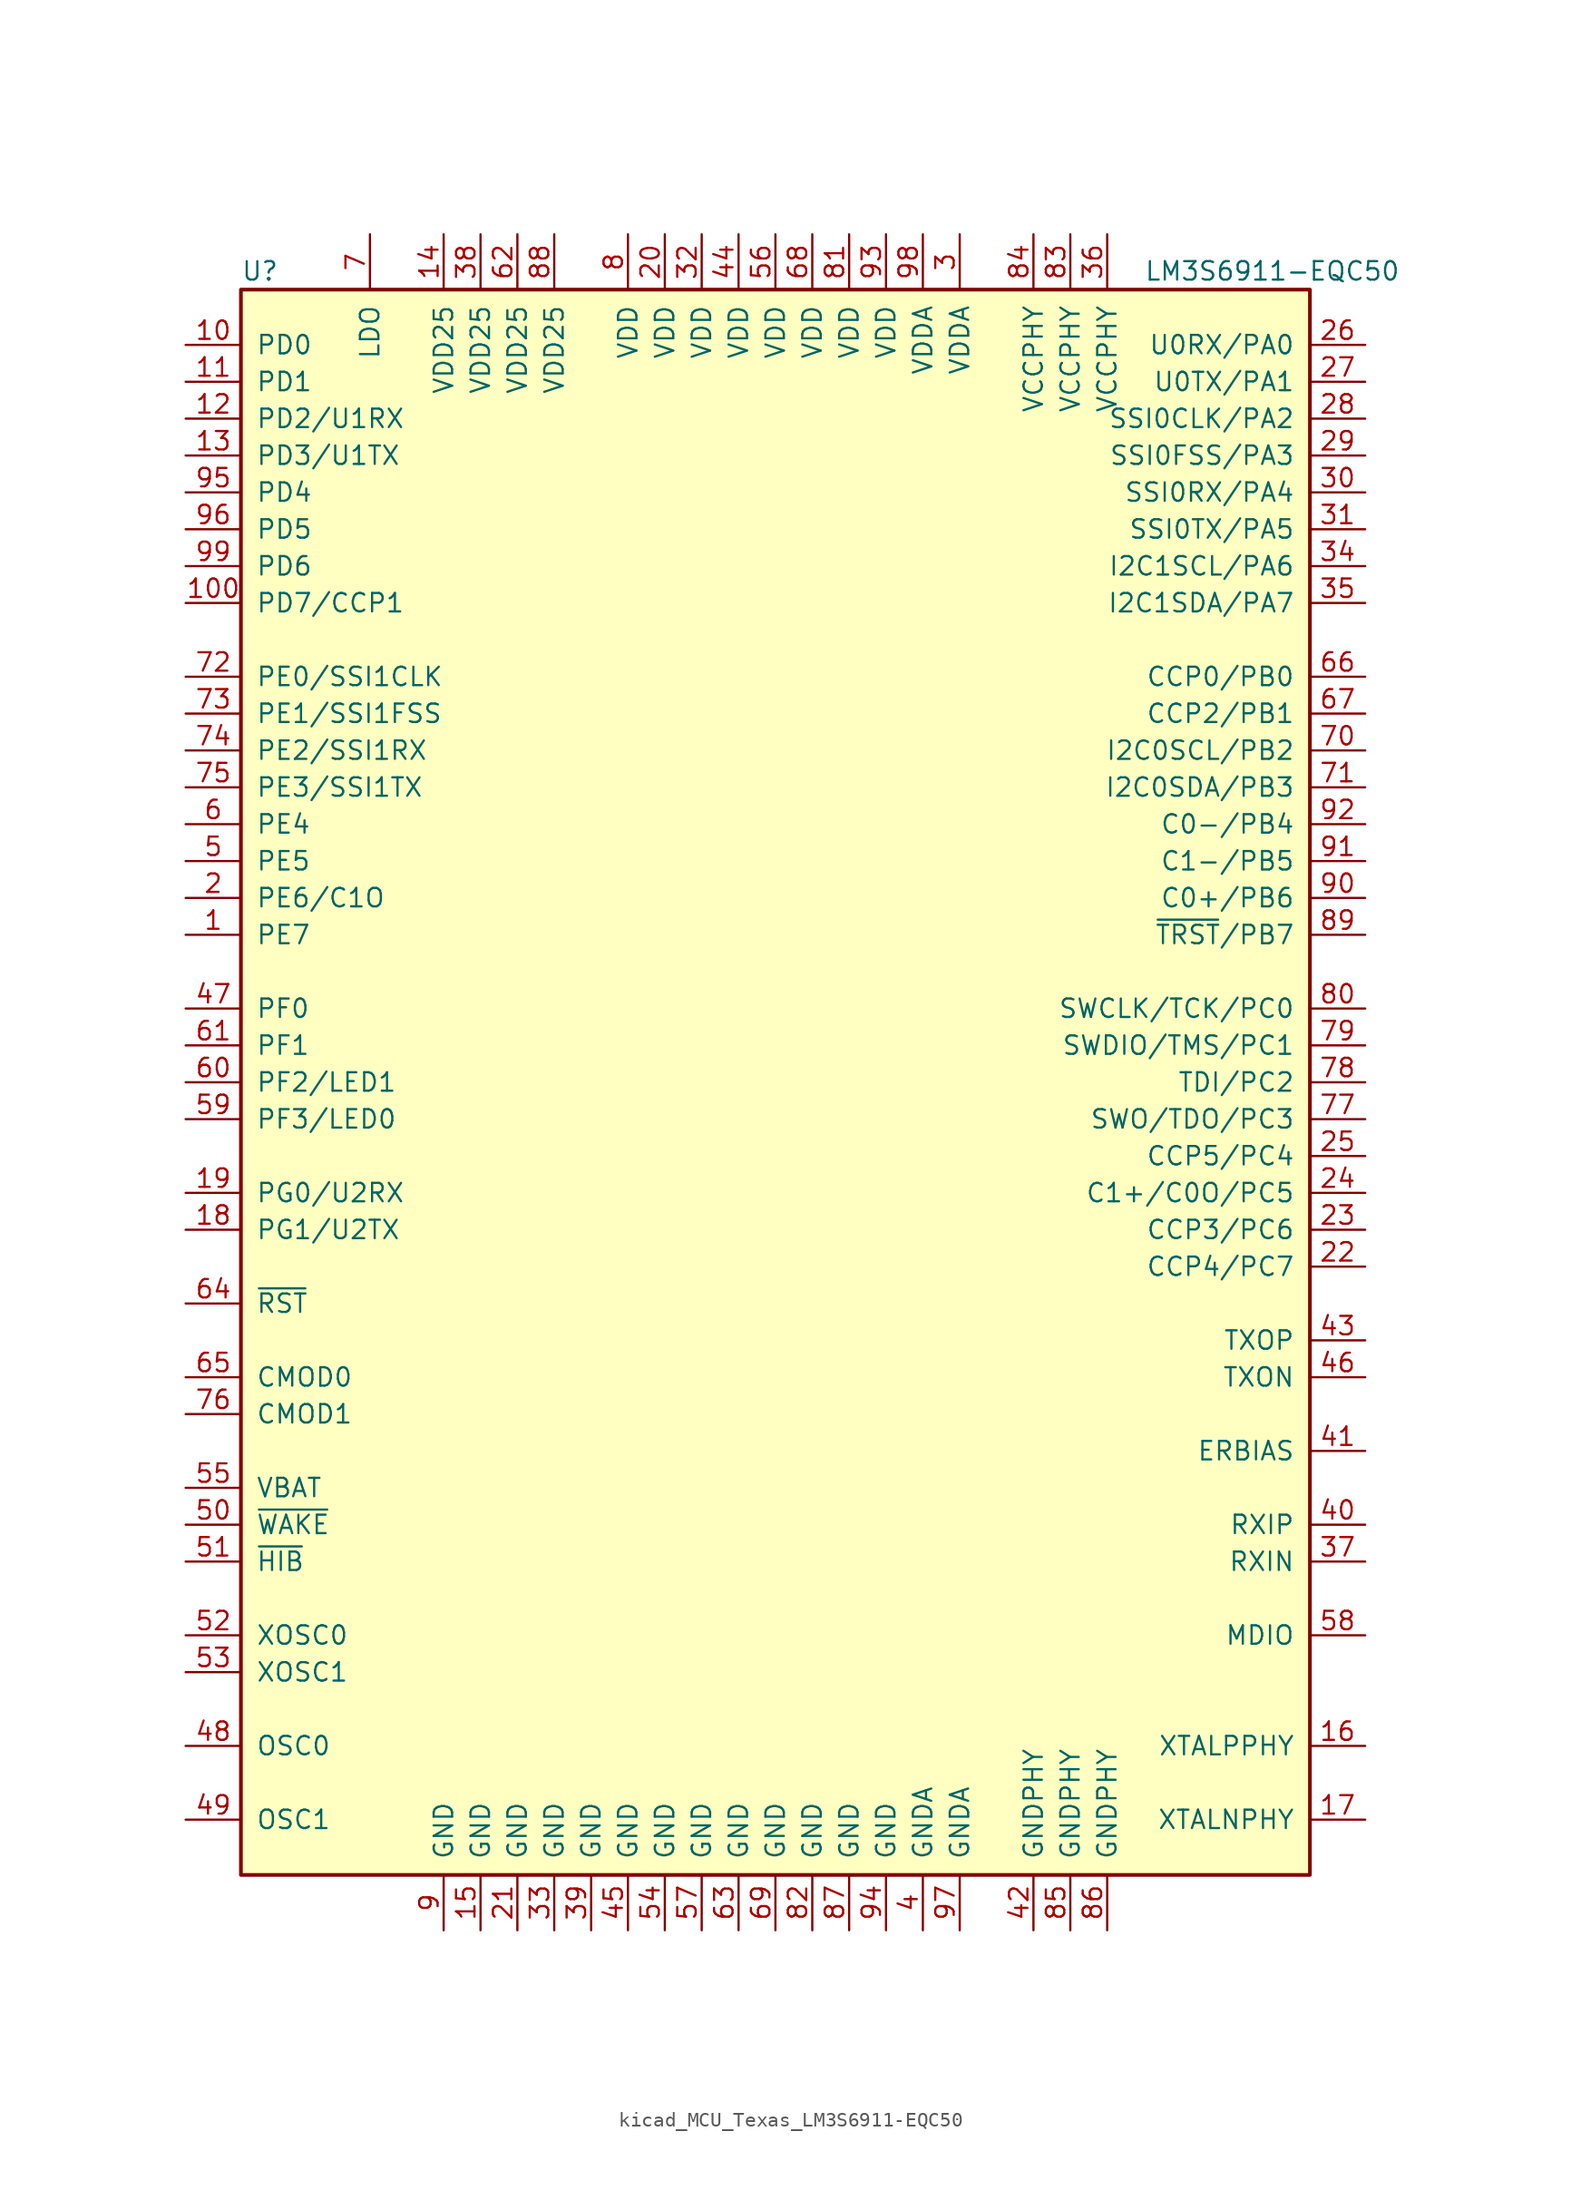
<source format=kicad_sym>
(kicad_symbol_lib
  (version 20220914)
  (generator kicad_symbol_editor)
  (symbol "kicad_MCU_Texas_LM3S6911-EQC50"
    (pin_names
      (offset 1.016))
    (property "Reference" "U"
      (at -36.83 55.88 0)
      (effects (font (size 1.27 1.27)) (justify left)))
    (property "Value" "LM3S6911-EQC50"
      (at 25.4 55.88 0)
      (effects (font (size 1.27 1.27)) (justify left)))
    (symbol "kicad_MCU_Texas_LM3S6911-EQC50_0_1"
      (rectangle (start -36.83 54.61) (end 36.83 -54.61) (stroke (width 0.254) (type default)) (fill (type background))))
    (symbol "kicad_MCU_Texas_LM3S6911-EQC50_1_1"
      (pin bidirectional line (at -40.64 10.16 0) (length 3.81) (name "PE7" (effects (font (size 1.27 1.27)))) (number "1" (effects (font (size 1.27 1.27)))))
      (pin bidirectional line (at -40.64 50.8 0) (length 3.81) (name "PD0" (effects (font (size 1.27 1.27)))) (number "10" (effects (font (size 1.27 1.27)))))
      (pin bidirectional line (at -40.64 33.02 0) (length 3.81) (name "PD7/CCP1" (effects (font (size 1.27 1.27)))) (number "100" (effects (font (size 1.27 1.27)))))
      (pin bidirectional line (at -40.64 48.26 0) (length 3.81) (name "PD1" (effects (font (size 1.27 1.27)))) (number "11" (effects (font (size 1.27 1.27)))))
      (pin bidirectional line (at -40.64 45.72 0) (length 3.81) (name "PD2/U1RX" (effects (font (size 1.27 1.27)))) (number "12" (effects (font (size 1.27 1.27)))))
      (pin bidirectional line (at -40.64 43.18 0) (length 3.81) (name "PD3/U1TX" (effects (font (size 1.27 1.27)))) (number "13" (effects (font (size 1.27 1.27)))))
      (pin power_in line (at -22.86 58.42 270) (length 3.81) (name "VDD25" (effects (font (size 1.27 1.27)))) (number "14" (effects (font (size 1.27 1.27)))))
      (pin power_in line (at -20.32 -58.42 90) (length 3.81) (name "GND" (effects (font (size 1.27 1.27)))) (number "15" (effects (font (size 1.27 1.27)))))
      (pin passive line (at 40.64 -45.72 180) (length 3.81) (name "XTALPPHY" (effects (font (size 1.27 1.27)))) (number "16" (effects (font (size 1.27 1.27)))))
      (pin passive line (at 40.64 -50.8 180) (length 3.81) (name "XTALNPHY" (effects (font (size 1.27 1.27)))) (number "17" (effects (font (size 1.27 1.27)))))
      (pin bidirectional line (at -40.64 -10.16 0) (length 3.81) (name "PG1/U2TX" (effects (font (size 1.27 1.27)))) (number "18" (effects (font (size 1.27 1.27)))))
      (pin bidirectional line (at -40.64 -7.62 0) (length 3.81) (name "PG0/U2RX" (effects (font (size 1.27 1.27)))) (number "19" (effects (font (size 1.27 1.27)))))
      (pin bidirectional line (at -40.64 12.7 0) (length 3.81) (name "PE6/C1O" (effects (font (size 1.27 1.27)))) (number "2" (effects (font (size 1.27 1.27)))))
      (pin power_in line (at -7.62 58.42 270) (length 3.81) (name "VDD" (effects (font (size 1.27 1.27)))) (number "20" (effects (font (size 1.27 1.27)))))
      (pin power_in line (at -17.78 -58.42 90) (length 3.81) (name "GND" (effects (font (size 1.27 1.27)))) (number "21" (effects (font (size 1.27 1.27)))))
      (pin bidirectional line (at 40.64 -12.7 180) (length 3.81) (name "CCP4/PC7" (effects (font (size 1.27 1.27)))) (number "22" (effects (font (size 1.27 1.27)))))
      (pin bidirectional line (at 40.64 -10.16 180) (length 3.81) (name "CCP3/PC6" (effects (font (size 1.27 1.27)))) (number "23" (effects (font (size 1.27 1.27)))))
      (pin bidirectional line (at 40.64 -7.62 180) (length 3.81) (name "C1+/C0O/PC5" (effects (font (size 1.27 1.27)))) (number "24" (effects (font (size 1.27 1.27)))))
      (pin bidirectional line (at 40.64 -5.08 180) (length 3.81) (name "CCP5/PC4" (effects (font (size 1.27 1.27)))) (number "25" (effects (font (size 1.27 1.27)))))
      (pin bidirectional line (at 40.64 50.8 180) (length 3.81) (name "U0RX/PA0" (effects (font (size 1.27 1.27)))) (number "26" (effects (font (size 1.27 1.27)))))
      (pin bidirectional line (at 40.64 48.26 180) (length 3.81) (name "U0TX/PA1" (effects (font (size 1.27 1.27)))) (number "27" (effects (font (size 1.27 1.27)))))
      (pin bidirectional line (at 40.64 45.72 180) (length 3.81) (name "SSI0CLK/PA2" (effects (font (size 1.27 1.27)))) (number "28" (effects (font (size 1.27 1.27)))))
      (pin bidirectional line (at 40.64 43.18 180) (length 3.81) (name "SSI0FSS/PA3" (effects (font (size 1.27 1.27)))) (number "29" (effects (font (size 1.27 1.27)))))
      (pin power_in line (at 12.7 58.42 270) (length 3.81) (name "VDDA" (effects (font (size 1.27 1.27)))) (number "3" (effects (font (size 1.27 1.27)))))
      (pin bidirectional line (at 40.64 40.64 180) (length 3.81) (name "SSI0RX/PA4" (effects (font (size 1.27 1.27)))) (number "30" (effects (font (size 1.27 1.27)))))
      (pin bidirectional line (at 40.64 38.1 180) (length 3.81) (name "SSI0TX/PA5" (effects (font (size 1.27 1.27)))) (number "31" (effects (font (size 1.27 1.27)))))
      (pin power_in line (at -5.08 58.42 270) (length 3.81) (name "VDD" (effects (font (size 1.27 1.27)))) (number "32" (effects (font (size 1.27 1.27)))))
      (pin power_in line (at -15.24 -58.42 90) (length 3.81) (name "GND" (effects (font (size 1.27 1.27)))) (number "33" (effects (font (size 1.27 1.27)))))
      (pin bidirectional line (at 40.64 35.56 180) (length 3.81) (name "I2C1SCL/PA6" (effects (font (size 1.27 1.27)))) (number "34" (effects (font (size 1.27 1.27)))))
      (pin bidirectional line (at 40.64 33.02 180) (length 3.81) (name "I2C1SDA/PA7" (effects (font (size 1.27 1.27)))) (number "35" (effects (font (size 1.27 1.27)))))
      (pin power_in line (at 22.86 58.42 270) (length 3.81) (name "VCCPHY" (effects (font (size 1.27 1.27)))) (number "36" (effects (font (size 1.27 1.27)))))
      (pin passive line (at 40.64 -33.02 180) (length 3.81) (name "RXIN" (effects (font (size 1.27 1.27)))) (number "37" (effects (font (size 1.27 1.27)))))
      (pin power_in line (at -20.32 58.42 270) (length 3.81) (name "VDD25" (effects (font (size 1.27 1.27)))) (number "38" (effects (font (size 1.27 1.27)))))
      (pin power_in line (at -12.7 -58.42 90) (length 3.81) (name "GND" (effects (font (size 1.27 1.27)))) (number "39" (effects (font (size 1.27 1.27)))))
      (pin power_in line (at 10.16 -58.42 90) (length 3.81) (name "GNDA" (effects (font (size 1.27 1.27)))) (number "4" (effects (font (size 1.27 1.27)))))
      (pin passive line (at 40.64 -30.48 180) (length 3.81) (name "RXIP" (effects (font (size 1.27 1.27)))) (number "40" (effects (font (size 1.27 1.27)))))
      (pin passive line (at 40.64 -25.4 180) (length 3.81) (name "ERBIAS" (effects (font (size 1.27 1.27)))) (number "41" (effects (font (size 1.27 1.27)))))
      (pin power_in line (at 17.78 -58.42 90) (length 3.81) (name "GNDPHY" (effects (font (size 1.27 1.27)))) (number "42" (effects (font (size 1.27 1.27)))))
      (pin passive line (at 40.64 -17.78 180) (length 3.81) (name "TXOP" (effects (font (size 1.27 1.27)))) (number "43" (effects (font (size 1.27 1.27)))))
      (pin power_in line (at -2.54 58.42 270) (length 3.81) (name "VDD" (effects (font (size 1.27 1.27)))) (number "44" (effects (font (size 1.27 1.27)))))
      (pin power_in line (at -10.16 -58.42 90) (length 3.81) (name "GND" (effects (font (size 1.27 1.27)))) (number "45" (effects (font (size 1.27 1.27)))))
      (pin passive line (at 40.64 -20.32 180) (length 3.81) (name "TXON" (effects (font (size 1.27 1.27)))) (number "46" (effects (font (size 1.27 1.27)))))
      (pin bidirectional line (at -40.64 5.08 0) (length 3.81) (name "PF0" (effects (font (size 1.27 1.27)))) (number "47" (effects (font (size 1.27 1.27)))))
      (pin passive line (at -40.64 -45.72 0) (length 3.81) (name "OSC0" (effects (font (size 1.27 1.27)))) (number "48" (effects (font (size 1.27 1.27)))))
      (pin passive line (at -40.64 -50.8 0) (length 3.81) (name "OSC1" (effects (font (size 1.27 1.27)))) (number "49" (effects (font (size 1.27 1.27)))))
      (pin bidirectional line (at -40.64 15.24 0) (length 3.81) (name "PE5" (effects (font (size 1.27 1.27)))) (number "5" (effects (font (size 1.27 1.27)))))
      (pin input line (at -40.64 -30.48 0) (length 3.81) (name "~{WAKE}" (effects (font (size 1.27 1.27)))) (number "50" (effects (font (size 1.27 1.27)))))
      (pin open_collector line (at -40.64 -33.02 0) (length 3.81) (name "~{HIB}" (effects (font (size 1.27 1.27)))) (number "51" (effects (font (size 1.27 1.27)))))
      (pin passive line (at -40.64 -38.1 0) (length 3.81) (name "XOSC0" (effects (font (size 1.27 1.27)))) (number "52" (effects (font (size 1.27 1.27)))))
      (pin passive line (at -40.64 -40.64 0) (length 3.81) (name "XOSC1" (effects (font (size 1.27 1.27)))) (number "53" (effects (font (size 1.27 1.27)))))
      (pin power_in line (at -7.62 -58.42 90) (length 3.81) (name "GND" (effects (font (size 1.27 1.27)))) (number "54" (effects (font (size 1.27 1.27)))))
      (pin passive line (at -40.64 -27.94 0) (length 3.81) (name "VBAT" (effects (font (size 1.27 1.27)))) (number "55" (effects (font (size 1.27 1.27)))))
      (pin power_in line (at 0 58.42 270) (length 3.81) (name "VDD" (effects (font (size 1.27 1.27)))) (number "56" (effects (font (size 1.27 1.27)))))
      (pin power_in line (at -5.08 -58.42 90) (length 3.81) (name "GND" (effects (font (size 1.27 1.27)))) (number "57" (effects (font (size 1.27 1.27)))))
      (pin input line (at 40.64 -38.1 180) (length 3.81) (name "MDIO" (effects (font (size 1.27 1.27)))) (number "58" (effects (font (size 1.27 1.27)))))
      (pin bidirectional line (at -40.64 -2.54 0) (length 3.81) (name "PF3/LED0" (effects (font (size 1.27 1.27)))) (number "59" (effects (font (size 1.27 1.27)))))
      (pin bidirectional line (at -40.64 17.78 0) (length 3.81) (name "PE4" (effects (font (size 1.27 1.27)))) (number "6" (effects (font (size 1.27 1.27)))))
      (pin bidirectional line (at -40.64 0 0) (length 3.81) (name "PF2/LED1" (effects (font (size 1.27 1.27)))) (number "60" (effects (font (size 1.27 1.27)))))
      (pin bidirectional line (at -40.64 2.54 0) (length 3.81) (name "PF1" (effects (font (size 1.27 1.27)))) (number "61" (effects (font (size 1.27 1.27)))))
      (pin power_in line (at -17.78 58.42 270) (length 3.81) (name "VDD25" (effects (font (size 1.27 1.27)))) (number "62" (effects (font (size 1.27 1.27)))))
      (pin power_in line (at -2.54 -58.42 90) (length 3.81) (name "GND" (effects (font (size 1.27 1.27)))) (number "63" (effects (font (size 1.27 1.27)))))
      (pin input line (at -40.64 -15.24 0) (length 3.81) (name "~{RST}" (effects (font (size 1.27 1.27)))) (number "64" (effects (font (size 1.27 1.27)))))
      (pin input line (at -40.64 -20.32 0) (length 3.81) (name "CMOD0" (effects (font (size 1.27 1.27)))) (number "65" (effects (font (size 1.27 1.27)))))
      (pin bidirectional line (at 40.64 27.94 180) (length 3.81) (name "CCP0/PB0" (effects (font (size 1.27 1.27)))) (number "66" (effects (font (size 1.27 1.27)))))
      (pin bidirectional line (at 40.64 25.4 180) (length 3.81) (name "CCP2/PB1" (effects (font (size 1.27 1.27)))) (number "67" (effects (font (size 1.27 1.27)))))
      (pin power_in line (at 2.54 58.42 270) (length 3.81) (name "VDD" (effects (font (size 1.27 1.27)))) (number "68" (effects (font (size 1.27 1.27)))))
      (pin power_in line (at 0 -58.42 90) (length 3.81) (name "GND" (effects (font (size 1.27 1.27)))) (number "69" (effects (font (size 1.27 1.27)))))
      (pin passive line (at -27.94 58.42 270) (length 3.81) (name "LDO" (effects (font (size 1.27 1.27)))) (number "7" (effects (font (size 1.27 1.27)))))
      (pin bidirectional line (at 40.64 22.86 180) (length 3.81) (name "I2C0SCL/PB2" (effects (font (size 1.27 1.27)))) (number "70" (effects (font (size 1.27 1.27)))))
      (pin bidirectional line (at 40.64 20.32 180) (length 3.81) (name "I2C0SDA/PB3" (effects (font (size 1.27 1.27)))) (number "71" (effects (font (size 1.27 1.27)))))
      (pin bidirectional line (at -40.64 27.94 0) (length 3.81) (name "PE0/SSI1CLK" (effects (font (size 1.27 1.27)))) (number "72" (effects (font (size 1.27 1.27)))))
      (pin bidirectional line (at -40.64 25.4 0) (length 3.81) (name "PE1/SSI1FSS" (effects (font (size 1.27 1.27)))) (number "73" (effects (font (size 1.27 1.27)))))
      (pin bidirectional line (at -40.64 22.86 0) (length 3.81) (name "PE2/SSI1RX" (effects (font (size 1.27 1.27)))) (number "74" (effects (font (size 1.27 1.27)))))
      (pin bidirectional line (at -40.64 20.32 0) (length 3.81) (name "PE3/SSI1TX" (effects (font (size 1.27 1.27)))) (number "75" (effects (font (size 1.27 1.27)))))
      (pin input line (at -40.64 -22.86 0) (length 3.81) (name "CMOD1" (effects (font (size 1.27 1.27)))) (number "76" (effects (font (size 1.27 1.27)))))
      (pin bidirectional line (at 40.64 -2.54 180) (length 3.81) (name "SWO/TDO/PC3" (effects (font (size 1.27 1.27)))) (number "77" (effects (font (size 1.27 1.27)))))
      (pin bidirectional line (at 40.64 0 180) (length 3.81) (name "TDI/PC2" (effects (font (size 1.27 1.27)))) (number "78" (effects (font (size 1.27 1.27)))))
      (pin bidirectional line (at 40.64 2.54 180) (length 3.81) (name "SWDIO/TMS/PC1" (effects (font (size 1.27 1.27)))) (number "79" (effects (font (size 1.27 1.27)))))
      (pin power_in line (at -10.16 58.42 270) (length 3.81) (name "VDD" (effects (font (size 1.27 1.27)))) (number "8" (effects (font (size 1.27 1.27)))))
      (pin bidirectional line (at 40.64 5.08 180) (length 3.81) (name "SWCLK/TCK/PC0" (effects (font (size 1.27 1.27)))) (number "80" (effects (font (size 1.27 1.27)))))
      (pin power_in line (at 5.08 58.42 270) (length 3.81) (name "VDD" (effects (font (size 1.27 1.27)))) (number "81" (effects (font (size 1.27 1.27)))))
      (pin power_in line (at 2.54 -58.42 90) (length 3.81) (name "GND" (effects (font (size 1.27 1.27)))) (number "82" (effects (font (size 1.27 1.27)))))
      (pin power_in line (at 20.32 58.42 270) (length 3.81) (name "VCCPHY" (effects (font (size 1.27 1.27)))) (number "83" (effects (font (size 1.27 1.27)))))
      (pin power_in line (at 17.78 58.42 270) (length 3.81) (name "VCCPHY" (effects (font (size 1.27 1.27)))) (number "84" (effects (font (size 1.27 1.27)))))
      (pin power_in line (at 20.32 -58.42 90) (length 3.81) (name "GNDPHY" (effects (font (size 1.27 1.27)))) (number "85" (effects (font (size 1.27 1.27)))))
      (pin power_in line (at 22.86 -58.42 90) (length 3.81) (name "GNDPHY" (effects (font (size 1.27 1.27)))) (number "86" (effects (font (size 1.27 1.27)))))
      (pin power_in line (at 5.08 -58.42 90) (length 3.81) (name "GND" (effects (font (size 1.27 1.27)))) (number "87" (effects (font (size 1.27 1.27)))))
      (pin power_in line (at -15.24 58.42 270) (length 3.81) (name "VDD25" (effects (font (size 1.27 1.27)))) (number "88" (effects (font (size 1.27 1.27)))))
      (pin bidirectional line (at 40.64 10.16 180) (length 3.81) (name "~{TRST}/PB7" (effects (font (size 1.27 1.27)))) (number "89" (effects (font (size 1.27 1.27)))))
      (pin power_in line (at -22.86 -58.42 90) (length 3.81) (name "GND" (effects (font (size 1.27 1.27)))) (number "9" (effects (font (size 1.27 1.27)))))
      (pin bidirectional line (at 40.64 12.7 180) (length 3.81) (name "C0+/PB6" (effects (font (size 1.27 1.27)))) (number "90" (effects (font (size 1.27 1.27)))))
      (pin bidirectional line (at 40.64 15.24 180) (length 3.81) (name "C1-/PB5" (effects (font (size 1.27 1.27)))) (number "91" (effects (font (size 1.27 1.27)))))
      (pin bidirectional line (at 40.64 17.78 180) (length 3.81) (name "C0-/PB4" (effects (font (size 1.27 1.27)))) (number "92" (effects (font (size 1.27 1.27)))))
      (pin power_in line (at 7.62 58.42 270) (length 3.81) (name "VDD" (effects (font (size 1.27 1.27)))) (number "93" (effects (font (size 1.27 1.27)))))
      (pin power_in line (at 7.62 -58.42 90) (length 3.81) (name "GND" (effects (font (size 1.27 1.27)))) (number "94" (effects (font (size 1.27 1.27)))))
      (pin bidirectional line (at -40.64 40.64 0) (length 3.81) (name "PD4" (effects (font (size 1.27 1.27)))) (number "95" (effects (font (size 1.27 1.27)))))
      (pin bidirectional line (at -40.64 38.1 0) (length 3.81) (name "PD5" (effects (font (size 1.27 1.27)))) (number "96" (effects (font (size 1.27 1.27)))))
      (pin power_in line (at 12.7 -58.42 90) (length 3.81) (name "GNDA" (effects (font (size 1.27 1.27)))) (number "97" (effects (font (size 1.27 1.27)))))
      (pin power_in line (at 10.16 58.42 270) (length 3.81) (name "VDDA" (effects (font (size 1.27 1.27)))) (number "98" (effects (font (size 1.27 1.27)))))
      (pin bidirectional line (at -40.64 35.56 0) (length 3.81) (name "PD6" (effects (font (size 1.27 1.27)))) (number "99" (effects (font (size 1.27 1.27))))))))
</source>
